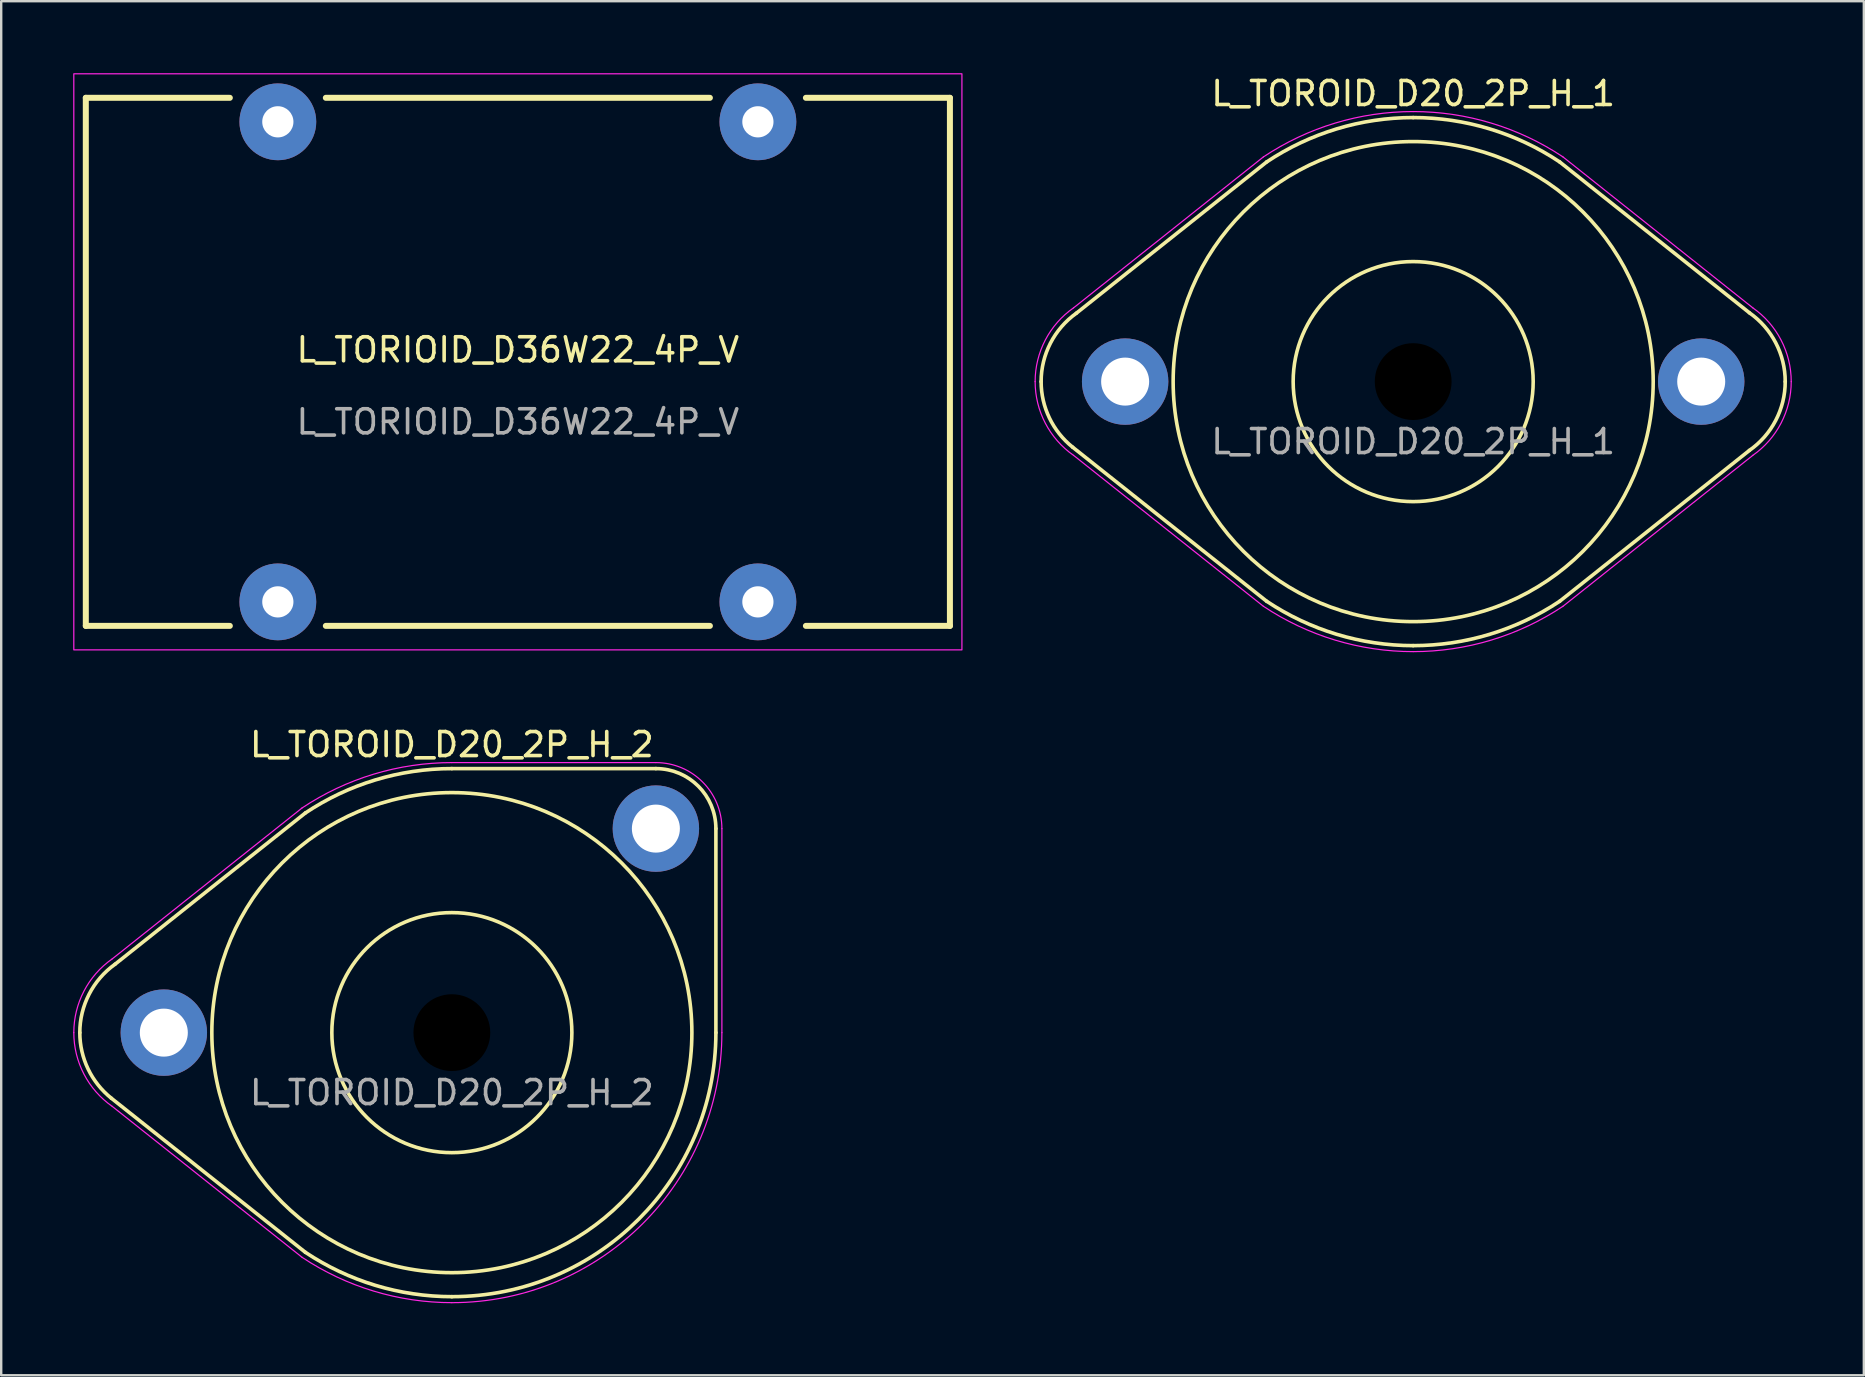
<source format=kicad_pcb>
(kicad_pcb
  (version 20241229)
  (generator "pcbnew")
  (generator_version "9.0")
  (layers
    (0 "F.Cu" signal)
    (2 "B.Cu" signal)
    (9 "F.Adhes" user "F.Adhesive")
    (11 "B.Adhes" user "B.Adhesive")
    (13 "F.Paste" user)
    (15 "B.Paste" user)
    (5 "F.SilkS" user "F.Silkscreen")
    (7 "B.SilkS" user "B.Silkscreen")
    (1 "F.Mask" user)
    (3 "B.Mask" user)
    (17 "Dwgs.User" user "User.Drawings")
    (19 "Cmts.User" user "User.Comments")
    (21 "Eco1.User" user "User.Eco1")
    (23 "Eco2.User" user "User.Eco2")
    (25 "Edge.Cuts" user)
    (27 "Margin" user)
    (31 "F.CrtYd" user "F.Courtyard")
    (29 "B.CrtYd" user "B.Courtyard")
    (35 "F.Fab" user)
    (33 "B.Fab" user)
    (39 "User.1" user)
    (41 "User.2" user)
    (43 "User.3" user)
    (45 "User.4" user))
  (footprint "L_TORIOID_D36W22_4P_V"
    (layer "F.Cu")
    (at 18.525 12.025)
    (property "Reference" "L_TORIOID_D36W22_4P_V" (at 0 -0.5 0) (unlocked yes) (layer "F.SilkS") (effects (font (size 1 1) (thickness 0.15))))
    (attr smd)
    (fp_line (start -18 -11) (end -18 11) (stroke (width 0.25) (type solid)) (layer "F.SilkS"))
    (fp_line (start -18 11) (end -12 11) (stroke (width 0.25) (type solid)) (layer "F.SilkS"))
    (fp_line (start -12 -11) (end -18 -11) (stroke (width 0.25) (type solid)) (layer "F.SilkS"))
    (fp_line (start -8 -11) (end 8 -11) (stroke (width 0.25) (type solid)) (layer "F.SilkS"))
    (fp_line (start -8 11) (end 8 11) (stroke (width 0.25) (type solid)) (layer "F.SilkS"))
    (fp_line (start 12 -11) (end 18 -11) (stroke (width 0.25) (type solid)) (layer "F.SilkS"))
    (fp_line (start 18 -11) (end 18 11) (stroke (width 0.25) (type solid)) (layer "F.SilkS"))
    (fp_line (start 18 11) (end 12 11) (stroke (width 0.25) (type solid)) (layer "F.SilkS"))
    (fp_rect (start -18.5 -12) (end 18.5 12) (stroke (width 0.05) (type solid)) (fill no) (layer "F.CrtYd"))
    (fp_text user "${REFERENCE}" (at 0 2.5 0) (unlocked yes) (layer "F.Fab") (effects (font (size 1 1) (thickness 0.15))))
    (pad "1" thru_hole circle (at -10 10) (size 3.2 3.2) (drill 1.3) (layers "*.Cu" "*.Mask"))
    (pad "2" thru_hole circle (at -10 -10) (size 3.2 3.2) (drill 1.3) (layers "*.Cu" "*.Mask"))
    (pad "3" thru_hole circle (at 10 10) (size 3.2 3.2) (drill 1.3) (layers "*.Cu" "*.Mask"))
    (pad "4" thru_hole circle (at 10 -10) (size 3.2 3.2) (drill 1.3) (layers "*.Cu" "*.Mask")))
  (footprint "L_TOROID_D20_2P_H_1"
    (layer "F.Cu")
    (at 55.825 12.848)
    (property "Reference" "L_TOROID_D20_2P_H_1" (at 0 -12 0) (unlocked yes) (layer "F.SilkS") (effects (font (size 1 1) (thickness 0.15))))
    (attr through_hole)
    (fp_line (start -14.186 2.733) (end -6.102 9.153) (stroke (width 0.15) (type default)) (layer "F.SilkS"))
    (fp_line (start -14.034 -2.848) (end -6.102 -9.153) (stroke (width 0.15) (type default)) (layer "F.SilkS"))
    (fp_line (start 6.102 -9.153) (end 14.007 -2.867) (stroke (width 0.15) (type default)) (layer "F.SilkS"))
    (fp_line (start 6.102 9.153) (end 14.007 2.867) (stroke (width 0.15) (type default)) (layer "F.SilkS"))
    (fp_arc (start -15.5 0) (mid -15.112087 -1.601535) (end -14.034334 -2.848067) (stroke (width 0.15) (type default)) (layer "F.SilkS"))
    (fp_arc (start -14.186433 2.733041) (mid -15.154562 1.516161) (end -15.5 0) (stroke (width 0.15) (type default)) (layer "F.SilkS"))
    (fp_arc (start -6.101702 -9.152553) (mid -3.187626 -10.528012) (end 0 -11) (stroke (width 0.15) (type default)) (layer "F.SilkS"))
    (fp_arc (start 0 -11) (mid 3.187626 -10.528012) (end 6.101702 -9.152553) (stroke (width 0.15) (type default)) (layer "F.SilkS"))
    (fp_arc (start 0 11) (mid -3.187626 10.528012) (end -6.101702 9.152553) (stroke (width 0.15) (type default)) (layer "F.SilkS"))
    (fp_arc (start 6.101702 9.152553) (mid 3.187626 10.528012) (end 0 11) (stroke (width 0.15) (type default)) (layer "F.SilkS"))
    (fp_arc (start 14.007118 -2.867312) (mid 15.104425 -1.616337) (end 15.5 0) (stroke (width 0.15) (type default)) (layer "F.SilkS"))
    (fp_arc (start 15.5 0) (mid 15.104425 1.616336) (end 14.007118 2.867312) (stroke (width 0.15) (type default)) (layer "F.SilkS"))
    (fp_circle (center 0 0) (end 5 0) (stroke (width 0.15) (type default)) (fill no) (layer "F.SilkS"))
    (fp_circle (center 0 0) (end 10 0) (stroke (width 0.15) (type default)) (fill no) (layer "F.SilkS"))
    (fp_line (start -14.15 -3.072) (end -6.24 -9.361) (stroke (width 0.05) (type default)) (layer "F.CrtYd"))
    (fp_line (start -6.24 9.361) (end -14.15 3.072) (stroke (width 0.05) (type default)) (layer "F.CrtYd"))
    (fp_line (start 6.24 9.361) (end 14.15 3.072) (stroke (width 0.05) (type default)) (layer "F.CrtYd"))
    (fp_line (start 14.15 -3.072) (end 6.24 -9.361) (stroke (width 0.05) (type default)) (layer "F.CrtYd"))
    (fp_arc (start -15.75 0) (mid -15.32617 -1.731789) (end -14.150484 -3.07212) (stroke (width 0.05) (type default)) (layer "F.CrtYd"))
    (fp_arc (start -14.150484 3.07212) (mid -15.32617 1.731789) (end -15.75 0) (stroke (width 0.05) (type default)) (layer "F.CrtYd"))
    (fp_arc (start -6.240377 -9.360566) (mid -3.260072 -10.767285) (end 0 -11.25) (stroke (width 0.05) (type default)) (layer "F.CrtYd"))
    (fp_arc (start 0 -11.25) (mid 3.260072 -10.767285) (end 6.240377 -9.360566) (stroke (width 0.05) (type default)) (layer "F.CrtYd"))
    (fp_arc (start 0 11.25) (mid -3.260072 10.767285) (end -6.240377 9.360566) (stroke (width 0.05) (type default)) (layer "F.CrtYd"))
    (fp_arc (start 6.240377 9.360566) (mid 3.260072 10.767285) (end 0 11.25) (stroke (width 0.05) (type default)) (layer "F.CrtYd"))
    (fp_arc (start 14.150484 -3.07212) (mid 15.32617 -1.731789) (end 15.75 0) (stroke (width 0.05) (type default)) (layer "F.CrtYd"))
    (fp_arc (start 15.75 0) (mid 15.32617 1.731789) (end 14.150484 3.07212) (stroke (width 0.05) (type default)) (layer "F.CrtYd"))
    (fp_text user "${REFERENCE}" (at 0 2.5 0) (unlocked yes) (layer "F.Fab") (effects (font (size 1 1) (thickness 0.15))))
    (pad "" np_thru_hole circle (at 0 0) (size 3.2 3.2) (drill 3.2) (layers "*.Mask"))
    (pad "1" thru_hole circle (at -12 0) (size 3.6 3.6) (drill 2) (layers "*.Cu" "*.Mask"))
    (pad "2" thru_hole circle (at 12 0) (size 3.6 3.6) (drill 2) (layers "*.Cu" "*.Mask")))
  (footprint "L_TOROID_D20_2P_H_2"
    (layer "F.Cu")
    (at 15.775 39.971)
    (property "Reference" "L_TOROID_D20_2P_H_2" (at 0 -12 0) (unlocked yes) (layer "F.SilkS") (effects (font (size 1 1) (thickness 0.15))))
    (attr through_hole)
    (fp_line (start -14.186 2.733) (end -6.102 9.153) (stroke (width 0.15) (type default)) (layer "F.SilkS"))
    (fp_line (start -14.034 -2.848) (end -6.102 -9.153) (stroke (width 0.15) (type default)) (layer "F.SilkS"))
    (fp_line (start 0 -11) (end 8.5 -11) (stroke (width 0.15) (type default)) (layer "F.SilkS"))
    (fp_line (start 11 0) (end 11 -8.5) (stroke (width 0.15) (type default)) (layer "F.SilkS"))
    (fp_arc (start -15.5 0) (mid -15.112087 -1.601535) (end -14.034334 -2.848067) (stroke (width 0.15) (type default)) (layer "F.SilkS"))
    (fp_arc (start -14.186433 2.733041) (mid -15.154562 1.516161) (end -15.5 0) (stroke (width 0.15) (type default)) (layer "F.SilkS"))
    (fp_arc (start -6.101702 -9.152553) (mid -3.187626 -10.528012) (end 0 -11) (stroke (width 0.15) (type default)) (layer "F.SilkS"))
    (fp_arc (start 0 11) (mid -3.187626 10.528012) (end -6.101702 9.152553) (stroke (width 0.15) (type default)) (layer "F.SilkS"))
    (fp_arc (start 8.5 -11) (mid 10.267767 -10.267767) (end 11 -8.5) (stroke (width 0.15) (type default)) (layer "F.SilkS"))
    (fp_arc (start 11 0) (mid 7.778175 7.778175) (end 0 11) (stroke (width 0.15) (type default)) (layer "F.SilkS"))
    (fp_circle (center 0 0) (end 5 0) (stroke (width 0.15) (type default)) (fill no) (layer "F.SilkS"))
    (fp_circle (center 0 0) (end 10 0) (stroke (width 0.15) (type default)) (fill no) (layer "F.SilkS"))
    (fp_line (start -14.15 -3.072) (end -6.24 -9.361) (stroke (width 0.05) (type default)) (layer "F.CrtYd"))
    (fp_line (start -6.24 9.361) (end -14.15 3.072) (stroke (width 0.05) (type default)) (layer "F.CrtYd"))
    (fp_line (start 0 -11.25) (end 8.5 -11.25) (stroke (width 0.05) (type default)) (layer "F.CrtYd"))
    (fp_line (start 11.25 -8.5) (end 11.25 0) (stroke (width 0.05) (type default)) (layer "F.CrtYd"))
    (fp_arc (start -15.75 0) (mid -15.32617 -1.731789) (end -14.150484 -3.07212) (stroke (width 0.05) (type default)) (layer "F.CrtYd"))
    (fp_arc (start -14.150484 3.07212) (mid -15.32617 1.731789) (end -15.75 0) (stroke (width 0.05) (type default)) (layer "F.CrtYd"))
    (fp_arc (start -6.240377 -9.360566) (mid -3.260072 -10.767285) (end 0 -11.25) (stroke (width 0.05) (type default)) (layer "F.CrtYd"))
    (fp_arc (start 0 11.25) (mid -3.260072 10.767285) (end -6.240377 9.360566) (stroke (width 0.05) (type default)) (layer "F.CrtYd"))
    (fp_arc (start 8.5 -11.25) (mid 10.444544 -10.444544) (end 11.25 -8.5) (stroke (width 0.05) (type default)) (layer "F.CrtYd"))
    (fp_arc (start 11.25 0) (mid 7.954951 7.954951) (end 0 11.25) (stroke (width 0.05) (type default)) (layer "F.CrtYd"))
    (fp_text user "${REFERENCE}" (at 0 2.5 0) (unlocked yes) (layer "F.Fab") (effects (font (size 1 1) (thickness 0.15))))
    (pad "" np_thru_hole circle (at 0 0) (size 3.2 3.2) (drill 3.2) (layers "*.Mask"))
    (pad "1" thru_hole circle (at -12 0) (size 3.6 3.6) (drill 2) (layers "*.Cu" "*.Mask"))
    (pad "2" thru_hole circle (at 8.5 -8.5) (size 3.6 3.6) (drill 2) (layers "*.Cu" "*.Mask")))
  (gr_rect
    (start -3 -3)
    (end 74.6 54.246)
    (stroke (width 0.1) (type default))
    (fill no)
    (layer "Edge.Cuts")))
</source>
